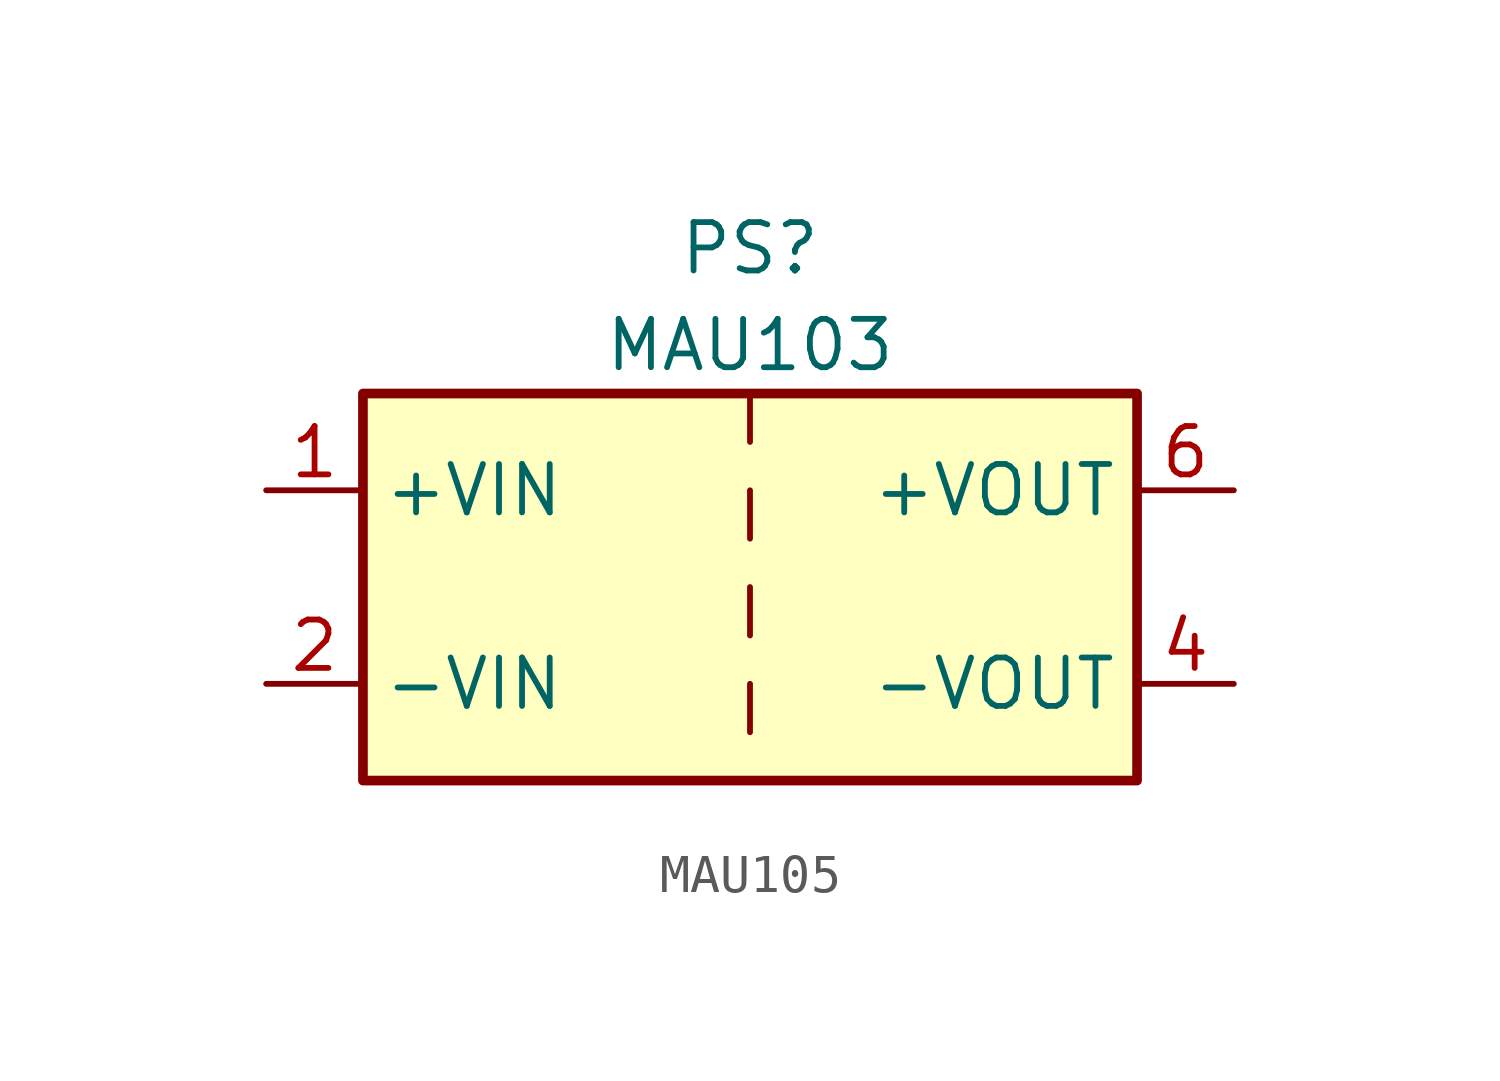
<source format=kicad_sym>
(kicad_symbol_lib
  (version 20231120)
  (generator "kicad_symbol_editor")
  (generator_version "8.0")
  (symbol "MAU105"
    (property "Reference" "PS"
      (at 0 11.43 0)
      (effects (font (size 1.27 1.27))))
    (property "Value" "MAU103"
      (at 0 8.89 0)
      (effects (font (size 1.27 1.27))))
    (symbol "MAU105_0_1"
      (rectangle (start -10.16 7.62) (end 10.16 -2.54) (stroke (width 0.254) (type default)) (fill (type background)))
      (polyline (pts (xy 0 0) (xy 0 -1.27)) (stroke (width 0) (type default)) (fill (type none)))
      (polyline (pts (xy 0 2.54) (xy 0 1.27)) (stroke (width 0) (type default)) (fill (type none)))
      (polyline (pts (xy 0 5.08) (xy 0 3.81)) (stroke (width 0) (type default)) (fill (type none)))
      (polyline (pts (xy 0 7.62) (xy 0 6.35)) (stroke (width 0) (type default)) (fill (type none))))
    (symbol "MAU105_1_1"
      (pin power_in line (at -12.7 5.08 0) (length 2.54) (name "+VIN" (effects (font (size 1.27 1.27)))) (number "1" (effects (font (size 1.27 1.27)))))
      (pin power_in line (at -12.7 0 0) (length 2.54) (name "-VIN" (effects (font (size 1.27 1.27)))) (number "2" (effects (font (size 1.27 1.27)))))
      (pin power_out line (at 12.7 0 180) (length 2.54) (name "-VOUT" (effects (font (size 1.27 1.27)))) (number "4" (effects (font (size 1.27 1.27)))))
      (pin power_out line (at 12.7 5.08 180) (length 2.54) (name "+VOUT" (effects (font (size 1.27 1.27)))) (number "6" (effects (font (size 1.27 1.27))))))))
</source>
